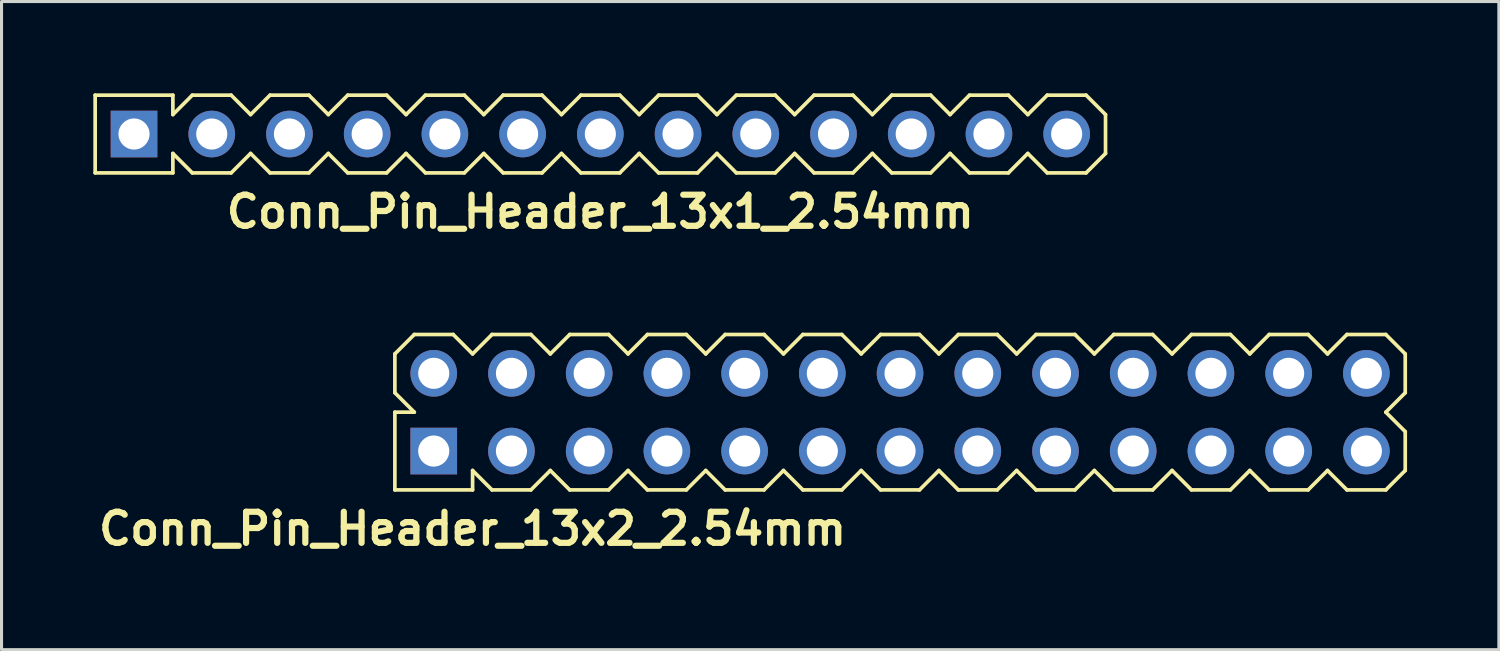
<source format=kicad_pcb>
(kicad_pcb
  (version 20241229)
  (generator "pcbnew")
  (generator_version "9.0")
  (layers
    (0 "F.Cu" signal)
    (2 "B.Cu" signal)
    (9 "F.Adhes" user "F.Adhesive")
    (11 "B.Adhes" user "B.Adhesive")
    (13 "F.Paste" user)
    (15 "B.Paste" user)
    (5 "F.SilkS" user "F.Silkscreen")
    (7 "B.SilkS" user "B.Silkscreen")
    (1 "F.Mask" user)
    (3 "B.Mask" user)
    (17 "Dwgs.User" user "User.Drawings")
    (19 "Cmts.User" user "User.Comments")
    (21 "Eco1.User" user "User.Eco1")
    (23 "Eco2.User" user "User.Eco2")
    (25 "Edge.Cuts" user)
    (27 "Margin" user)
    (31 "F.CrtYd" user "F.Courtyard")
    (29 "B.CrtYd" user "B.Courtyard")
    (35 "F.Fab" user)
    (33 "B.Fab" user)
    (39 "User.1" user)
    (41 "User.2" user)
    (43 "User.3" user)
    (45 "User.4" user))
  (footprint "Conn_Pin_Header_13x2_2.54mm"
    (layer "F.Cu")
    (at 26.365 10.421)
    (property "Reference" "Conn_Pin_Header_13x2_2.54mm" (at -13.97 3.81 0) (layer "F.SilkS") (effects (font (size 1.016 1.016) (thickness 0.203))))
    (attr through_hole)
    (fp_line (start -16.51 -1.905) (end -16.51 -0.635) (stroke (width 0.12) (type solid)) (layer "F.SilkS"))
    (fp_line (start -16.51 -0.635) (end -15.875 0) (stroke (width 0.12) (type solid)) (layer "F.SilkS"))
    (fp_line (start -16.51 0) (end -16.51 2.54) (stroke (width 0.12) (type solid)) (layer "F.SilkS"))
    (fp_line (start -16.51 2.54) (end -13.97 2.54) (stroke (width 0.12) (type solid)) (layer "F.SilkS"))
    (fp_line (start -15.875 -2.54) (end -16.51 -1.905) (stroke (width 0.12) (type solid)) (layer "F.SilkS"))
    (fp_line (start -15.875 0) (end -16.51 0) (stroke (width 0.12) (type solid)) (layer "F.SilkS"))
    (fp_line (start -14.605 -2.54) (end -15.875 -2.54) (stroke (width 0.12) (type solid)) (layer "F.SilkS"))
    (fp_line (start -13.97 -1.905) (end -14.605 -2.54) (stroke (width 0.12) (type solid)) (layer "F.SilkS"))
    (fp_line (start -13.97 1.905) (end -13.335 2.54) (stroke (width 0.12) (type solid)) (layer "F.SilkS"))
    (fp_line (start -13.97 2.54) (end -13.97 1.905) (stroke (width 0.12) (type solid)) (layer "F.SilkS"))
    (fp_line (start -13.335 -2.54) (end -13.97 -1.905) (stroke (width 0.12) (type solid)) (layer "F.SilkS"))
    (fp_line (start -13.335 2.54) (end -12.065 2.54) (stroke (width 0.12) (type solid)) (layer "F.SilkS"))
    (fp_line (start -12.065 -2.54) (end -13.335 -2.54) (stroke (width 0.12) (type solid)) (layer "F.SilkS"))
    (fp_line (start -12.065 2.54) (end -11.43 1.905) (stroke (width 0.12) (type solid)) (layer "F.SilkS"))
    (fp_line (start -11.43 -1.905) (end -12.065 -2.54) (stroke (width 0.12) (type solid)) (layer "F.SilkS"))
    (fp_line (start -11.43 1.905) (end -10.795 2.54) (stroke (width 0.12) (type solid)) (layer "F.SilkS"))
    (fp_line (start -10.795 -2.54) (end -11.43 -1.905) (stroke (width 0.12) (type solid)) (layer "F.SilkS"))
    (fp_line (start -10.795 2.54) (end -9.525 2.54) (stroke (width 0.12) (type solid)) (layer "F.SilkS"))
    (fp_line (start -9.525 -2.54) (end -10.795 -2.54) (stroke (width 0.12) (type solid)) (layer "F.SilkS"))
    (fp_line (start -9.525 2.54) (end -8.89 1.905) (stroke (width 0.12) (type solid)) (layer "F.SilkS"))
    (fp_line (start -8.89 -1.905) (end -9.525 -2.54) (stroke (width 0.12) (type solid)) (layer "F.SilkS"))
    (fp_line (start -8.89 1.905) (end -8.255 2.54) (stroke (width 0.12) (type solid)) (layer "F.SilkS"))
    (fp_line (start -8.255 -2.54) (end -8.89 -1.905) (stroke (width 0.12) (type solid)) (layer "F.SilkS"))
    (fp_line (start -8.255 2.54) (end -6.985 2.54) (stroke (width 0.12) (type solid)) (layer "F.SilkS"))
    (fp_line (start -6.985 -2.54) (end -8.255 -2.54) (stroke (width 0.12) (type solid)) (layer "F.SilkS"))
    (fp_line (start -6.985 2.54) (end -6.35 1.905) (stroke (width 0.12) (type solid)) (layer "F.SilkS"))
    (fp_line (start -6.35 -1.905) (end -6.985 -2.54) (stroke (width 0.12) (type solid)) (layer "F.SilkS"))
    (fp_line (start -6.35 1.905) (end -5.715 2.54) (stroke (width 0.12) (type solid)) (layer "F.SilkS"))
    (fp_line (start -5.715 -2.54) (end -6.35 -1.905) (stroke (width 0.12) (type solid)) (layer "F.SilkS"))
    (fp_line (start -5.715 2.54) (end -4.445 2.54) (stroke (width 0.12) (type solid)) (layer "F.SilkS"))
    (fp_line (start -4.445 -2.54) (end -5.715 -2.54) (stroke (width 0.12) (type solid)) (layer "F.SilkS"))
    (fp_line (start -4.445 2.54) (end -3.81 1.905) (stroke (width 0.12) (type solid)) (layer "F.SilkS"))
    (fp_line (start -3.81 -1.905) (end -4.445 -2.54) (stroke (width 0.12) (type solid)) (layer "F.SilkS"))
    (fp_line (start -3.81 1.905) (end -3.175 2.54) (stroke (width 0.12) (type solid)) (layer "F.SilkS"))
    (fp_line (start -3.175 -2.54) (end -3.81 -1.905) (stroke (width 0.12) (type solid)) (layer "F.SilkS"))
    (fp_line (start -3.175 2.54) (end -1.905 2.54) (stroke (width 0.12) (type solid)) (layer "F.SilkS"))
    (fp_line (start -1.905 -2.54) (end -3.175 -2.54) (stroke (width 0.12) (type solid)) (layer "F.SilkS"))
    (fp_line (start -1.905 2.54) (end -1.27 1.905) (stroke (width 0.12) (type solid)) (layer "F.SilkS"))
    (fp_line (start -1.27 -1.905) (end -1.905 -2.54) (stroke (width 0.12) (type solid)) (layer "F.SilkS"))
    (fp_line (start -1.27 1.905) (end -0.635 2.54) (stroke (width 0.12) (type solid)) (layer "F.SilkS"))
    (fp_line (start -0.635 -2.54) (end -1.27 -1.905) (stroke (width 0.12) (type solid)) (layer "F.SilkS"))
    (fp_line (start -0.635 2.54) (end 0.635 2.54) (stroke (width 0.12) (type solid)) (layer "F.SilkS"))
    (fp_line (start 0.635 -2.54) (end -0.635 -2.54) (stroke (width 0.12) (type solid)) (layer "F.SilkS"))
    (fp_line (start 0.635 2.54) (end 1.27 1.905) (stroke (width 0.12) (type solid)) (layer "F.SilkS"))
    (fp_line (start 1.27 -1.905) (end 0.635 -2.54) (stroke (width 0.12) (type solid)) (layer "F.SilkS"))
    (fp_line (start 1.27 1.905) (end 1.905 2.54) (stroke (width 0.12) (type solid)) (layer "F.SilkS"))
    (fp_line (start 1.905 -2.54) (end 1.27 -1.905) (stroke (width 0.12) (type solid)) (layer "F.SilkS"))
    (fp_line (start 1.905 2.54) (end 3.175 2.54) (stroke (width 0.12) (type solid)) (layer "F.SilkS"))
    (fp_line (start 3.175 -2.54) (end 1.905 -2.54) (stroke (width 0.12) (type solid)) (layer "F.SilkS"))
    (fp_line (start 3.175 2.54) (end 3.81 1.905) (stroke (width 0.12) (type solid)) (layer "F.SilkS"))
    (fp_line (start 3.81 -1.905) (end 3.175 -2.54) (stroke (width 0.12) (type solid)) (layer "F.SilkS"))
    (fp_line (start 3.81 1.905) (end 4.445 2.54) (stroke (width 0.12) (type solid)) (layer "F.SilkS"))
    (fp_line (start 4.445 -2.54) (end 3.81 -1.905) (stroke (width 0.12) (type solid)) (layer "F.SilkS"))
    (fp_line (start 4.445 2.54) (end 5.715 2.54) (stroke (width 0.12) (type solid)) (layer "F.SilkS"))
    (fp_line (start 5.715 -2.54) (end 4.445 -2.54) (stroke (width 0.12) (type solid)) (layer "F.SilkS"))
    (fp_line (start 5.715 2.54) (end 6.35 1.905) (stroke (width 0.12) (type solid)) (layer "F.SilkS"))
    (fp_line (start 6.35 -1.905) (end 5.715 -2.54) (stroke (width 0.12) (type solid)) (layer "F.SilkS"))
    (fp_line (start 6.35 1.905) (end 6.985 2.54) (stroke (width 0.12) (type solid)) (layer "F.SilkS"))
    (fp_line (start 6.985 -2.54) (end 6.35 -1.905) (stroke (width 0.12) (type solid)) (layer "F.SilkS"))
    (fp_line (start 6.985 2.54) (end 8.255 2.54) (stroke (width 0.12) (type solid)) (layer "F.SilkS"))
    (fp_line (start 8.255 -2.54) (end 6.985 -2.54) (stroke (width 0.12) (type solid)) (layer "F.SilkS"))
    (fp_line (start 8.255 2.54) (end 8.89 1.905) (stroke (width 0.12) (type solid)) (layer "F.SilkS"))
    (fp_line (start 8.89 -1.905) (end 8.255 -2.54) (stroke (width 0.12) (type solid)) (layer "F.SilkS"))
    (fp_line (start 8.89 1.905) (end 9.525 2.54) (stroke (width 0.12) (type solid)) (layer "F.SilkS"))
    (fp_line (start 9.525 -2.54) (end 8.89 -1.905) (stroke (width 0.12) (type solid)) (layer "F.SilkS"))
    (fp_line (start 9.525 2.54) (end 10.795 2.54) (stroke (width 0.12) (type solid)) (layer "F.SilkS"))
    (fp_line (start 10.795 -2.54) (end 9.525 -2.54) (stroke (width 0.12) (type solid)) (layer "F.SilkS"))
    (fp_line (start 10.795 2.54) (end 11.43 1.905) (stroke (width 0.12) (type solid)) (layer "F.SilkS"))
    (fp_line (start 11.43 -1.905) (end 10.795 -2.54) (stroke (width 0.12) (type solid)) (layer "F.SilkS"))
    (fp_line (start 11.43 1.905) (end 12.065 2.54) (stroke (width 0.12) (type solid)) (layer "F.SilkS"))
    (fp_line (start 12.065 -2.54) (end 11.43 -1.905) (stroke (width 0.12) (type solid)) (layer "F.SilkS"))
    (fp_line (start 12.065 2.54) (end 13.335 2.54) (stroke (width 0.12) (type solid)) (layer "F.SilkS"))
    (fp_line (start 13.335 -2.54) (end 12.065 -2.54) (stroke (width 0.12) (type solid)) (layer "F.SilkS"))
    (fp_line (start 13.335 2.54) (end 13.97 1.905) (stroke (width 0.12) (type solid)) (layer "F.SilkS"))
    (fp_line (start 13.97 -1.905) (end 13.335 -2.54) (stroke (width 0.12) (type solid)) (layer "F.SilkS"))
    (fp_line (start 13.97 1.905) (end 14.605 2.54) (stroke (width 0.12) (type solid)) (layer "F.SilkS"))
    (fp_line (start 14.605 -2.54) (end 13.97 -1.905) (stroke (width 0.12) (type solid)) (layer "F.SilkS"))
    (fp_line (start 14.605 2.54) (end 15.875 2.54) (stroke (width 0.12) (type solid)) (layer "F.SilkS"))
    (fp_line (start 15.875 -2.54) (end 14.605 -2.54) (stroke (width 0.12) (type solid)) (layer "F.SilkS"))
    (fp_line (start 15.875 0) (end 16.51 -0.635) (stroke (width 0.12) (type solid)) (layer "F.SilkS"))
    (fp_line (start 15.875 2.54) (end 16.51 1.905) (stroke (width 0.12) (type solid)) (layer "F.SilkS"))
    (fp_line (start 16.51 -1.905) (end 15.875 -2.54) (stroke (width 0.12) (type solid)) (layer "F.SilkS"))
    (fp_line (start 16.51 -0.635) (end 16.51 -1.905) (stroke (width 0.12) (type solid)) (layer "F.SilkS"))
    (fp_line (start 16.51 0.635) (end 15.875 0) (stroke (width 0.12) (type solid)) (layer "F.SilkS"))
    (fp_line (start 16.51 1.905) (end 16.51 0.635) (stroke (width 0.12) (type solid)) (layer "F.SilkS"))
    (pad "1" thru_hole rect (at -15.24 1.27) (size 1.524 1.524) (drill 1.016) (layers "*.Cu" "*.Mask"))
    (pad "2" thru_hole circle (at -15.24 -1.27) (size 1.524 1.524) (drill 1.016) (layers "*.Cu" "*.Mask"))
    (pad "3" thru_hole circle (at -12.7 1.27) (size 1.524 1.524) (drill 1.016) (layers "*.Cu" "*.Mask"))
    (pad "4" thru_hole circle (at -12.7 -1.27) (size 1.524 1.524) (drill 1.016) (layers "*.Cu" "*.Mask"))
    (pad "5" thru_hole circle (at -10.16 1.27) (size 1.524 1.524) (drill 1.016) (layers "*.Cu" "*.Mask"))
    (pad "6" thru_hole circle (at -10.16 -1.27) (size 1.524 1.524) (drill 1.016) (layers "*.Cu" "*.Mask"))
    (pad "7" thru_hole circle (at -7.62 1.27) (size 1.524 1.524) (drill 1.016) (layers "*.Cu" "*.Mask"))
    (pad "8" thru_hole circle (at -7.62 -1.27) (size 1.524 1.524) (drill 1.016) (layers "*.Cu" "*.Mask"))
    (pad "9" thru_hole circle (at -5.08 1.27) (size 1.524 1.524) (drill 1.016) (layers "*.Cu" "*.Mask"))
    (pad "10" thru_hole circle (at -5.08 -1.27) (size 1.524 1.524) (drill 1.016) (layers "*.Cu" "*.Mask"))
    (pad "11" thru_hole circle (at -2.54 1.27) (size 1.524 1.524) (drill 1.016) (layers "*.Cu" "*.Mask"))
    (pad "12" thru_hole circle (at -2.54 -1.27) (size 1.524 1.524) (drill 1.016) (layers "*.Cu" "*.Mask"))
    (pad "13" thru_hole circle (at 0 1.27) (size 1.524 1.524) (drill 1.016) (layers "*.Cu" "*.Mask"))
    (pad "14" thru_hole circle (at 0 -1.27) (size 1.524 1.524) (drill 1.016) (layers "*.Cu" "*.Mask"))
    (pad "15" thru_hole circle (at 2.54 1.27) (size 1.524 1.524) (drill 1.016) (layers "*.Cu" "*.Mask"))
    (pad "16" thru_hole circle (at 2.54 -1.27) (size 1.524 1.524) (drill 1.016) (layers "*.Cu" "*.Mask"))
    (pad "17" thru_hole circle (at 5.08 1.27) (size 1.524 1.524) (drill 1.016) (layers "*.Cu" "*.Mask"))
    (pad "18" thru_hole circle (at 5.08 -1.27) (size 1.524 1.524) (drill 1.016) (layers "*.Cu" "*.Mask"))
    (pad "19" thru_hole circle (at 7.62 1.27) (size 1.524 1.524) (drill 1.016) (layers "*.Cu" "*.Mask"))
    (pad "20" thru_hole circle (at 7.62 -1.27) (size 1.524 1.524) (drill 1.016) (layers "*.Cu" "*.Mask"))
    (pad "21" thru_hole circle (at 10.16 1.27) (size 1.524 1.524) (drill 1.016) (layers "*.Cu" "*.Mask"))
    (pad "22" thru_hole circle (at 10.16 -1.27) (size 1.524 1.524) (drill 1.016) (layers "*.Cu" "*.Mask"))
    (pad "23" thru_hole circle (at 12.7 1.27) (size 1.524 1.524) (drill 1.016) (layers "*.Cu" "*.Mask"))
    (pad "24" thru_hole circle (at 12.7 -1.27) (size 1.524 1.524) (drill 1.016) (layers "*.Cu" "*.Mask"))
    (pad "25" thru_hole circle (at 15.24 1.27) (size 1.524 1.524) (drill 1.016) (layers "*.Cu" "*.Mask"))
    (pad "26" thru_hole circle (at 15.24 -1.27) (size 1.524 1.524) (drill 1.016) (layers "*.Cu" "*.Mask")))
  (footprint "Conn_Pin_Header_13x1_2.54mm"
    (layer "F.Cu")
    (at 16.57 1.33)
    (property "Reference" "Conn_Pin_Header_13x1_2.54mm" (at 0 2.54 0) (layer "F.SilkS") (effects (font (size 1.016 1.016) (thickness 0.203))))
    (attr through_hole)
    (fp_line (start -16.51 -1.27) (end -16.51 1.27) (stroke (width 0.12) (type solid)) (layer "F.SilkS"))
    (fp_line (start -16.51 1.27) (end -13.97 1.27) (stroke (width 0.12) (type solid)) (layer "F.SilkS"))
    (fp_line (start -13.97 -1.27) (end -16.51 -1.27) (stroke (width 0.12) (type solid)) (layer "F.SilkS"))
    (fp_line (start -13.97 -0.635) (end -13.97 -1.27) (stroke (width 0.12) (type solid)) (layer "F.SilkS"))
    (fp_line (start -13.97 -0.635) (end -13.335 -1.27) (stroke (width 0.12) (type solid)) (layer "F.SilkS"))
    (fp_line (start -13.97 0.635) (end -13.335 1.27) (stroke (width 0.12) (type solid)) (layer "F.SilkS"))
    (fp_line (start -13.97 1.27) (end -13.97 0.635) (stroke (width 0.12) (type solid)) (layer "F.SilkS"))
    (fp_line (start -13.335 -1.27) (end -12.065 -1.27) (stroke (width 0.12) (type solid)) (layer "F.SilkS"))
    (fp_line (start -13.335 1.27) (end -12.065 1.27) (stroke (width 0.12) (type solid)) (layer "F.SilkS"))
    (fp_line (start -12.065 -1.27) (end -11.43 -0.635) (stroke (width 0.12) (type solid)) (layer "F.SilkS"))
    (fp_line (start -12.065 1.27) (end -11.43 0.635) (stroke (width 0.12) (type solid)) (layer "F.SilkS"))
    (fp_line (start -11.43 -0.635) (end -10.795 -1.27) (stroke (width 0.12) (type solid)) (layer "F.SilkS"))
    (fp_line (start -11.43 0.635) (end -10.795 1.27) (stroke (width 0.12) (type solid)) (layer "F.SilkS"))
    (fp_line (start -10.795 -1.27) (end -9.525 -1.27) (stroke (width 0.12) (type solid)) (layer "F.SilkS"))
    (fp_line (start -10.795 1.27) (end -9.525 1.27) (stroke (width 0.12) (type solid)) (layer "F.SilkS"))
    (fp_line (start -9.525 -1.27) (end -8.89 -0.635) (stroke (width 0.12) (type solid)) (layer "F.SilkS"))
    (fp_line (start -9.525 1.27) (end -8.89 0.635) (stroke (width 0.12) (type solid)) (layer "F.SilkS"))
    (fp_line (start -8.89 -0.635) (end -8.255 -1.27) (stroke (width 0.12) (type solid)) (layer "F.SilkS"))
    (fp_line (start -8.89 0.635) (end -8.255 1.27) (stroke (width 0.12) (type solid)) (layer "F.SilkS"))
    (fp_line (start -8.255 -1.27) (end -6.985 -1.27) (stroke (width 0.12) (type solid)) (layer "F.SilkS"))
    (fp_line (start -8.255 1.27) (end -6.985 1.27) (stroke (width 0.12) (type solid)) (layer "F.SilkS"))
    (fp_line (start -6.985 -1.27) (end -6.35 -0.635) (stroke (width 0.12) (type solid)) (layer "F.SilkS"))
    (fp_line (start -6.985 1.27) (end -6.35 0.635) (stroke (width 0.12) (type solid)) (layer "F.SilkS"))
    (fp_line (start -6.35 -0.635) (end -5.715 -1.27) (stroke (width 0.12) (type solid)) (layer "F.SilkS"))
    (fp_line (start -6.35 0.635) (end -5.715 1.27) (stroke (width 0.12) (type solid)) (layer "F.SilkS"))
    (fp_line (start -5.715 -1.27) (end -4.445 -1.27) (stroke (width 0.12) (type solid)) (layer "F.SilkS"))
    (fp_line (start -5.715 1.27) (end -4.445 1.27) (stroke (width 0.12) (type solid)) (layer "F.SilkS"))
    (fp_line (start -4.445 -1.27) (end -3.81 -0.635) (stroke (width 0.12) (type solid)) (layer "F.SilkS"))
    (fp_line (start -4.445 1.27) (end -3.81 0.635) (stroke (width 0.12) (type solid)) (layer "F.SilkS"))
    (fp_line (start -3.81 -0.635) (end -3.175 -1.27) (stroke (width 0.12) (type solid)) (layer "F.SilkS"))
    (fp_line (start -3.81 0.635) (end -3.175 1.27) (stroke (width 0.12) (type solid)) (layer "F.SilkS"))
    (fp_line (start -3.175 -1.27) (end -1.905 -1.27) (stroke (width 0.12) (type solid)) (layer "F.SilkS"))
    (fp_line (start -3.175 1.27) (end -1.905 1.27) (stroke (width 0.12) (type solid)) (layer "F.SilkS"))
    (fp_line (start -1.905 -1.27) (end -1.27 -0.635) (stroke (width 0.12) (type solid)) (layer "F.SilkS"))
    (fp_line (start -1.905 1.27) (end -1.27 0.635) (stroke (width 0.12) (type solid)) (layer "F.SilkS"))
    (fp_line (start -1.27 -0.635) (end -0.635 -1.27) (stroke (width 0.12) (type solid)) (layer "F.SilkS"))
    (fp_line (start -1.27 0.635) (end -0.635 1.27) (stroke (width 0.12) (type solid)) (layer "F.SilkS"))
    (fp_line (start -0.635 -1.27) (end 0.635 -1.27) (stroke (width 0.12) (type solid)) (layer "F.SilkS"))
    (fp_line (start -0.635 1.27) (end 0.635 1.27) (stroke (width 0.12) (type solid)) (layer "F.SilkS"))
    (fp_line (start 0.635 -1.27) (end 1.27 -0.635) (stroke (width 0.12) (type solid)) (layer "F.SilkS"))
    (fp_line (start 0.635 1.27) (end 1.27 0.635) (stroke (width 0.12) (type solid)) (layer "F.SilkS"))
    (fp_line (start 1.27 -0.635) (end 1.905 -1.27) (stroke (width 0.12) (type solid)) (layer "F.SilkS"))
    (fp_line (start 1.27 0.635) (end 1.905 1.27) (stroke (width 0.12) (type solid)) (layer "F.SilkS"))
    (fp_line (start 1.905 -1.27) (end 3.175 -1.27) (stroke (width 0.12) (type solid)) (layer "F.SilkS"))
    (fp_line (start 1.905 1.27) (end 3.175 1.27) (stroke (width 0.12) (type solid)) (layer "F.SilkS"))
    (fp_line (start 3.175 -1.27) (end 3.81 -0.635) (stroke (width 0.12) (type solid)) (layer "F.SilkS"))
    (fp_line (start 3.175 1.27) (end 3.81 0.635) (stroke (width 0.12) (type solid)) (layer "F.SilkS"))
    (fp_line (start 3.81 -0.635) (end 4.445 -1.27) (stroke (width 0.12) (type solid)) (layer "F.SilkS"))
    (fp_line (start 3.81 0.635) (end 4.445 1.27) (stroke (width 0.12) (type solid)) (layer "F.SilkS"))
    (fp_line (start 4.445 -1.27) (end 5.715 -1.27) (stroke (width 0.12) (type solid)) (layer "F.SilkS"))
    (fp_line (start 4.445 1.27) (end 5.715 1.27) (stroke (width 0.12) (type solid)) (layer "F.SilkS"))
    (fp_line (start 5.715 -1.27) (end 6.35 -0.635) (stroke (width 0.12) (type solid)) (layer "F.SilkS"))
    (fp_line (start 5.715 1.27) (end 6.35 0.635) (stroke (width 0.12) (type solid)) (layer "F.SilkS"))
    (fp_line (start 6.35 -0.635) (end 6.985 -1.27) (stroke (width 0.12) (type solid)) (layer "F.SilkS"))
    (fp_line (start 6.35 0.635) (end 6.985 1.27) (stroke (width 0.12) (type solid)) (layer "F.SilkS"))
    (fp_line (start 6.985 -1.27) (end 8.255 -1.27) (stroke (width 0.12) (type solid)) (layer "F.SilkS"))
    (fp_line (start 6.985 1.27) (end 8.255 1.27) (stroke (width 0.12) (type solid)) (layer "F.SilkS"))
    (fp_line (start 8.255 -1.27) (end 8.89 -0.635) (stroke (width 0.12) (type solid)) (layer "F.SilkS"))
    (fp_line (start 8.255 1.27) (end 8.89 0.635) (stroke (width 0.12) (type solid)) (layer "F.SilkS"))
    (fp_line (start 8.89 -0.635) (end 9.525 -1.27) (stroke (width 0.12) (type solid)) (layer "F.SilkS"))
    (fp_line (start 8.89 0.635) (end 9.525 1.27) (stroke (width 0.12) (type solid)) (layer "F.SilkS"))
    (fp_line (start 9.525 -1.27) (end 10.795 -1.27) (stroke (width 0.12) (type solid)) (layer "F.SilkS"))
    (fp_line (start 9.525 1.27) (end 10.795 1.27) (stroke (width 0.12) (type solid)) (layer "F.SilkS"))
    (fp_line (start 10.795 -1.27) (end 11.43 -0.635) (stroke (width 0.12) (type solid)) (layer "F.SilkS"))
    (fp_line (start 10.795 1.27) (end 11.43 0.635) (stroke (width 0.12) (type solid)) (layer "F.SilkS"))
    (fp_line (start 11.43 -0.635) (end 12.065 -1.27) (stroke (width 0.12) (type solid)) (layer "F.SilkS"))
    (fp_line (start 11.43 0.635) (end 12.065 1.27) (stroke (width 0.12) (type solid)) (layer "F.SilkS"))
    (fp_line (start 12.065 -1.27) (end 13.335 -1.27) (stroke (width 0.12) (type solid)) (layer "F.SilkS"))
    (fp_line (start 12.065 1.27) (end 13.335 1.27) (stroke (width 0.12) (type solid)) (layer "F.SilkS"))
    (fp_line (start 13.335 -1.27) (end 13.97 -0.635) (stroke (width 0.12) (type solid)) (layer "F.SilkS"))
    (fp_line (start 13.335 1.27) (end 13.97 0.635) (stroke (width 0.12) (type solid)) (layer "F.SilkS"))
    (fp_line (start 13.97 -0.635) (end 14.605 -1.27) (stroke (width 0.12) (type solid)) (layer "F.SilkS"))
    (fp_line (start 13.97 0.635) (end 14.605 1.27) (stroke (width 0.12) (type solid)) (layer "F.SilkS"))
    (fp_line (start 14.605 -1.27) (end 15.875 -1.27) (stroke (width 0.12) (type solid)) (layer "F.SilkS"))
    (fp_line (start 14.605 1.27) (end 15.875 1.27) (stroke (width 0.12) (type solid)) (layer "F.SilkS"))
    (fp_line (start 15.875 -1.27) (end 16.51 -0.635) (stroke (width 0.12) (type solid)) (layer "F.SilkS"))
    (fp_line (start 15.875 1.27) (end 16.51 0.635) (stroke (width 0.12) (type solid)) (layer "F.SilkS"))
    (fp_line (start 16.51 -0.635) (end 16.51 0.635) (stroke (width 0.12) (type solid)) (layer "F.SilkS"))
    (pad "1" thru_hole rect (at -15.24 0) (size 1.524 1.524) (drill 1.016) (layers "*.Cu" "*.Mask"))
    (pad "2" thru_hole circle (at -12.7 0) (size 1.524 1.524) (drill 1.016) (layers "*.Cu" "*.Mask"))
    (pad "3" thru_hole circle (at -10.16 0) (size 1.524 1.524) (drill 1.016) (layers "*.Cu" "*.Mask"))
    (pad "4" thru_hole circle (at -7.62 0) (size 1.524 1.524) (drill 1.016) (layers "*.Cu" "*.Mask"))
    (pad "5" thru_hole circle (at -5.08 0) (size 1.524 1.524) (drill 1.016) (layers "*.Cu" "*.Mask"))
    (pad "6" thru_hole circle (at -2.54 0) (size 1.524 1.524) (drill 1.016) (layers "*.Cu" "*.Mask"))
    (pad "7" thru_hole circle (at 0 0) (size 1.524 1.524) (drill 1.016) (layers "*.Cu" "*.Mask"))
    (pad "8" thru_hole circle (at 2.54 0) (size 1.524 1.524) (drill 1.016) (layers "*.Cu" "*.Mask"))
    (pad "9" thru_hole circle (at 5.08 0) (size 1.524 1.524) (drill 1.016) (layers "*.Cu" "*.Mask"))
    (pad "10" thru_hole circle (at 7.62 0) (size 1.524 1.524) (drill 1.016) (layers "*.Cu" "*.Mask"))
    (pad "11" thru_hole circle (at 10.16 0) (size 1.524 1.524) (drill 1.016) (layers "*.Cu" "*.Mask"))
    (pad "12" thru_hole circle (at 12.7 0) (size 1.524 1.524) (drill 1.016) (layers "*.Cu" "*.Mask"))
    (pad "13" thru_hole circle (at 15.24 0) (size 1.524 1.524) (drill 1.016) (layers "*.Cu" "*.Mask")))
  (gr_rect
    (start -3 -3)
    (end 45.935 18.182)
    (stroke (width 0.1) (type default))
    (fill no)
    (layer "Edge.Cuts")))
</source>
